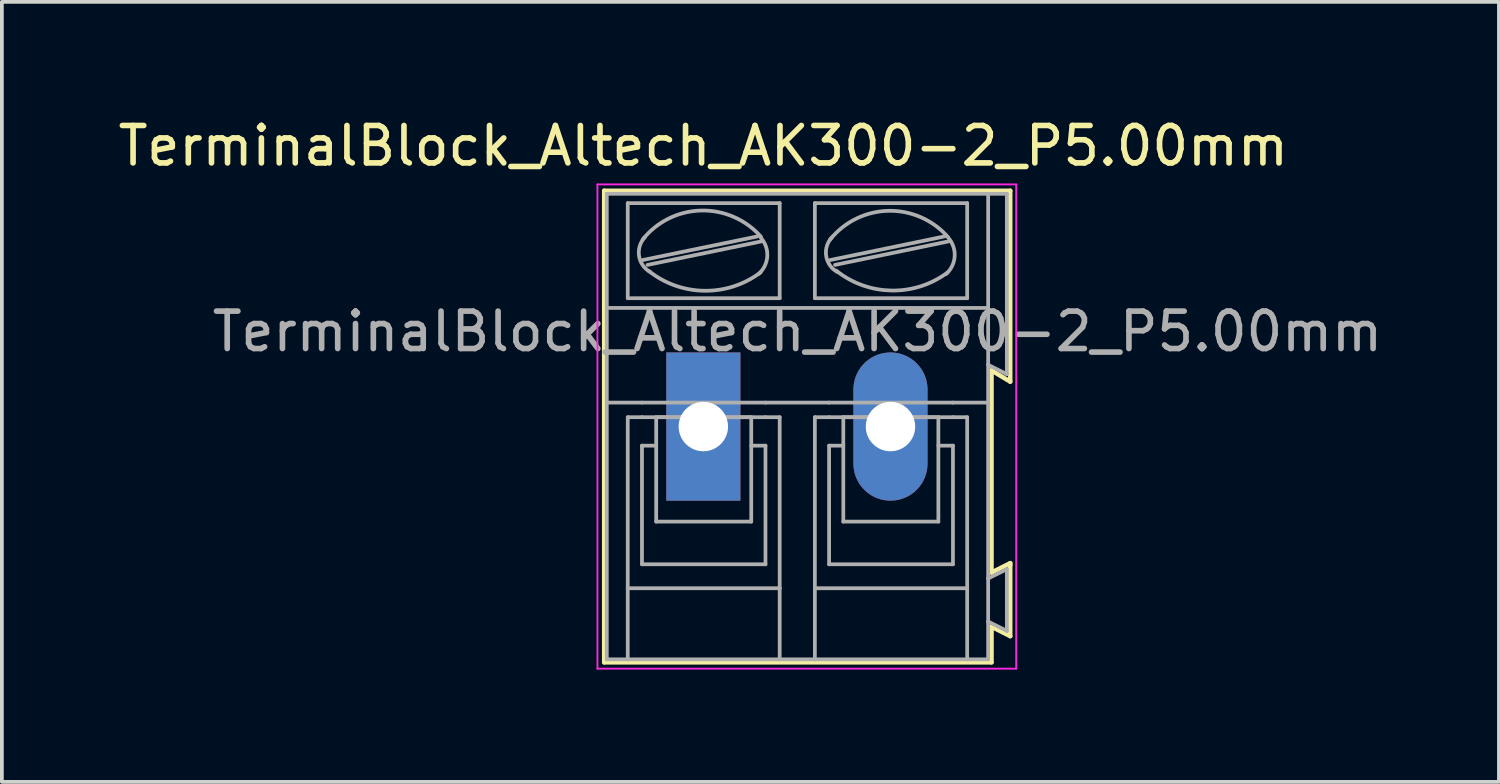
<source format=kicad_pcb>
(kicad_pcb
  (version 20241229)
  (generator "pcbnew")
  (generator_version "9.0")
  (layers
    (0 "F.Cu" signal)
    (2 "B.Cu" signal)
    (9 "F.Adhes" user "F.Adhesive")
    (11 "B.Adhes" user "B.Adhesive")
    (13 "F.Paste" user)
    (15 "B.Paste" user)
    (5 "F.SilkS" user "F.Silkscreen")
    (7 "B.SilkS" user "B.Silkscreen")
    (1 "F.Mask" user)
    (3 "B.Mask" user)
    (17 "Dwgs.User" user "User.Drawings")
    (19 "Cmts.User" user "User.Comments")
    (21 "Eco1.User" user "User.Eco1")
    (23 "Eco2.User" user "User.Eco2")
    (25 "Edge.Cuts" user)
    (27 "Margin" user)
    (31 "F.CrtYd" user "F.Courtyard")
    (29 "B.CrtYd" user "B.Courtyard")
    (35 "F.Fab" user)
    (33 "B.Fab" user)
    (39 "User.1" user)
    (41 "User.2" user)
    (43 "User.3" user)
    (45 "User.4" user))
  (footprint "TerminalBlock_Altech_AK300-2_P5.00mm"
    (layer "F.Cu")
    (at 15.744 8.348)
    (property "Reference" "TerminalBlock_Altech_AK300-2_P5.00mm" (at 0 -7.5 0) (layer "F.SilkS") (effects (font (size 1 1) (thickness 0.15))))
    (attr through_hole)
    (fp_line (start -2.65 -6.3) (end -2.65 6.3) (stroke (width 0.12) (type solid)) (layer "F.SilkS"))
    (fp_line (start -2.65 6.3) (end 7.7 6.3) (stroke (width 0.12) (type solid)) (layer "F.SilkS"))
    (fp_line (start 7.7 -1.5) (end 8.2 -1.2) (stroke (width 0.12) (type solid)) (layer "F.SilkS"))
    (fp_line (start 7.7 3.9) (end 7.7 -1.5) (stroke (width 0.12) (type solid)) (layer "F.SilkS"))
    (fp_line (start 7.7 5.35) (end 8.2 5.6) (stroke (width 0.12) (type solid)) (layer "F.SilkS"))
    (fp_line (start 7.7 6.3) (end 7.7 5.35) (stroke (width 0.12) (type solid)) (layer "F.SilkS"))
    (fp_line (start 8.2 -6.3) (end -2.65 -6.3) (stroke (width 0.12) (type solid)) (layer "F.SilkS"))
    (fp_line (start 8.2 -1.2) (end 8.2 -6.3) (stroke (width 0.12) (type solid)) (layer "F.SilkS"))
    (fp_line (start 8.2 3.65) (end 7.7 3.9) (stroke (width 0.12) (type solid)) (layer "F.SilkS"))
    (fp_line (start 8.2 3.7) (end 8.2 3.65) (stroke (width 0.12) (type solid)) (layer "F.SilkS"))
    (fp_line (start 8.2 5.6) (end 8.2 3.7) (stroke (width 0.12) (type solid)) (layer "F.SilkS"))
    (fp_line (start -2.83 -6.47) (end -2.83 6.47) (stroke (width 0.05) (type solid)) (layer "F.CrtYd"))
    (fp_line (start -2.83 -6.47) (end 8.36 -6.47) (stroke (width 0.05) (type solid)) (layer "F.CrtYd"))
    (fp_line (start 8.36 6.47) (end -2.83 6.47) (stroke (width 0.05) (type solid)) (layer "F.CrtYd"))
    (fp_line (start 8.36 6.47) (end 8.36 -6.47) (stroke (width 0.05) (type solid)) (layer "F.CrtYd"))
    (fp_line (start -2.58 -3.17) (end -2.58 -6.22) (stroke (width 0.1) (type solid)) (layer "F.Fab"))
    (fp_line (start -2.58 -3.17) (end 7.61 -3.17) (stroke (width 0.1) (type solid)) (layer "F.Fab"))
    (fp_line (start -2.58 -0.64) (end -2.58 -3.17) (stroke (width 0.1) (type solid)) (layer "F.Fab"))
    (fp_line (start -2.58 -0.64) (end -1.64 -0.64) (stroke (width 0.1) (type solid)) (layer "F.Fab"))
    (fp_line (start -2.58 6.22) (end -2.58 -0.64) (stroke (width 0.1) (type solid)) (layer "F.Fab"))
    (fp_line (start -2.58 6.22) (end -2.02 6.22) (stroke (width 0.1) (type solid)) (layer "F.Fab"))
    (fp_line (start -2.02 -3.43) (end -2.02 -5.97) (stroke (width 0.1) (type solid)) (layer "F.Fab"))
    (fp_line (start -2.02 -0.25) (end -2.02 4.32) (stroke (width 0.1) (type solid)) (layer "F.Fab"))
    (fp_line (start -2.02 -0.25) (end -1.64 -0.25) (stroke (width 0.1) (type solid)) (layer "F.Fab"))
    (fp_line (start -2.02 4.32) (end -2.02 6.22) (stroke (width 0.1) (type solid)) (layer "F.Fab"))
    (fp_line (start -2.02 6.22) (end 2.04 6.22) (stroke (width 0.1) (type solid)) (layer "F.Fab"))
    (fp_line (start -1.64 -0.64) (end 1.66 -0.64) (stroke (width 0.1) (type solid)) (layer "F.Fab"))
    (fp_line (start -1.64 0.51) (end -1.26 0.51) (stroke (width 0.1) (type solid)) (layer "F.Fab"))
    (fp_line (start -1.64 3.68) (end -1.64 0.51) (stroke (width 0.1) (type solid)) (layer "F.Fab"))
    (fp_line (start -1.62 -4.45) (end 1.44 -5.08) (stroke (width 0.1) (type solid)) (layer "F.Fab"))
    (fp_line (start -1.49 -4.32) (end 1.56 -4.95) (stroke (width 0.1) (type solid)) (layer "F.Fab"))
    (fp_line (start -1.26 -0.25) (end 1.28 -0.25) (stroke (width 0.1) (type solid)) (layer "F.Fab"))
    (fp_line (start -1.26 2.54) (end -1.26 -0.25) (stroke (width 0.1) (type solid)) (layer "F.Fab"))
    (fp_line (start -1.26 2.54) (end 1.28 2.54) (stroke (width 0.1) (type solid)) (layer "F.Fab"))
    (fp_line (start 1.28 2.54) (end 1.28 -0.25) (stroke (width 0.1) (type solid)) (layer "F.Fab"))
    (fp_line (start 1.66 -0.64) (end 3.36 -0.64) (stroke (width 0.1) (type solid)) (layer "F.Fab"))
    (fp_line (start 1.66 -0.25) (end -1.64 -0.25) (stroke (width 0.1) (type solid)) (layer "F.Fab"))
    (fp_line (start 1.66 0.51) (end 1.28 0.51) (stroke (width 0.1) (type solid)) (layer "F.Fab"))
    (fp_line (start 1.66 3.68) (end -1.64 3.68) (stroke (width 0.1) (type solid)) (layer "F.Fab"))
    (fp_line (start 1.66 3.68) (end 1.66 0.51) (stroke (width 0.1) (type solid)) (layer "F.Fab"))
    (fp_line (start 2.04 -5.97) (end -2.02 -5.97) (stroke (width 0.1) (type solid)) (layer "F.Fab"))
    (fp_line (start 2.04 -3.43) (end -2.02 -3.43) (stroke (width 0.1) (type solid)) (layer "F.Fab"))
    (fp_line (start 2.04 -3.43) (end 2.04 -5.97) (stroke (width 0.1) (type solid)) (layer "F.Fab"))
    (fp_line (start 2.04 -0.25) (end 1.66 -0.25) (stroke (width 0.1) (type solid)) (layer "F.Fab"))
    (fp_line (start 2.04 4.32) (end -2.02 4.32) (stroke (width 0.1) (type solid)) (layer "F.Fab"))
    (fp_line (start 2.04 4.32) (end 2.04 -0.25) (stroke (width 0.1) (type solid)) (layer "F.Fab"))
    (fp_line (start 2.04 6.22) (end 2.04 4.32) (stroke (width 0.1) (type solid)) (layer "F.Fab"))
    (fp_line (start 2.04 6.22) (end 2.98 6.22) (stroke (width 0.1) (type solid)) (layer "F.Fab"))
    (fp_line (start 2.98 -5.97) (end 7.05 -5.97) (stroke (width 0.1) (type solid)) (layer "F.Fab"))
    (fp_line (start 2.98 -3.43) (end 2.98 -5.97) (stroke (width 0.1) (type solid)) (layer "F.Fab"))
    (fp_line (start 2.98 -0.25) (end 3.36 -0.25) (stroke (width 0.1) (type solid)) (layer "F.Fab"))
    (fp_line (start 2.98 4.32) (end 2.98 -0.25) (stroke (width 0.1) (type solid)) (layer "F.Fab"))
    (fp_line (start 2.98 4.32) (end 7.05 4.32) (stroke (width 0.1) (type solid)) (layer "F.Fab"))
    (fp_line (start 2.98 6.22) (end 2.98 4.32) (stroke (width 0.1) (type solid)) (layer "F.Fab"))
    (fp_line (start 2.98 6.22) (end 7.05 6.22) (stroke (width 0.1) (type solid)) (layer "F.Fab"))
    (fp_line (start 3.36 -0.25) (end 6.67 -0.25) (stroke (width 0.1) (type solid)) (layer "F.Fab"))
    (fp_line (start 3.36 0.51) (end 3.74 0.51) (stroke (width 0.1) (type solid)) (layer "F.Fab"))
    (fp_line (start 3.36 3.68) (end 3.36 0.51) (stroke (width 0.1) (type solid)) (layer "F.Fab"))
    (fp_line (start 3.39 -4.45) (end 6.44 -5.08) (stroke (width 0.1) (type solid)) (layer "F.Fab"))
    (fp_line (start 3.52 -4.32) (end 6.56 -4.95) (stroke (width 0.1) (type solid)) (layer "F.Fab"))
    (fp_line (start 3.74 -0.25) (end 6.28 -0.25) (stroke (width 0.1) (type solid)) (layer "F.Fab"))
    (fp_line (start 3.74 2.54) (end 3.74 -0.25) (stroke (width 0.1) (type solid)) (layer "F.Fab"))
    (fp_line (start 3.74 2.54) (end 6.28 2.54) (stroke (width 0.1) (type solid)) (layer "F.Fab"))
    (fp_line (start 6.28 2.54) (end 6.28 -0.25) (stroke (width 0.1) (type solid)) (layer "F.Fab"))
    (fp_line (start 6.67 -0.64) (end 3.36 -0.64) (stroke (width 0.1) (type solid)) (layer "F.Fab"))
    (fp_line (start 6.67 0.51) (end 6.28 0.51) (stroke (width 0.1) (type solid)) (layer "F.Fab"))
    (fp_line (start 6.67 3.68) (end 3.36 3.68) (stroke (width 0.1) (type solid)) (layer "F.Fab"))
    (fp_line (start 6.67 3.68) (end 6.67 0.51) (stroke (width 0.1) (type solid)) (layer "F.Fab"))
    (fp_line (start 7.05 -5.97) (end 7.05 -3.43) (stroke (width 0.1) (type solid)) (layer "F.Fab"))
    (fp_line (start 7.05 -3.43) (end 2.98 -3.43) (stroke (width 0.1) (type solid)) (layer "F.Fab"))
    (fp_line (start 7.05 -0.25) (end 6.67 -0.25) (stroke (width 0.1) (type solid)) (layer "F.Fab"))
    (fp_line (start 7.05 -0.25) (end 7.05 4.32) (stroke (width 0.1) (type solid)) (layer "F.Fab"))
    (fp_line (start 7.05 4.32) (end 7.05 6.22) (stroke (width 0.1) (type solid)) (layer "F.Fab"))
    (fp_line (start 7.05 6.22) (end 7.61 6.22) (stroke (width 0.1) (type solid)) (layer "F.Fab"))
    (fp_line (start 7.61 -6.22) (end -2.58 -6.22) (stroke (width 0.1) (type solid)) (layer "F.Fab"))
    (fp_line (start 7.61 -6.22) (end 7.61 -3.17) (stroke (width 0.1) (type solid)) (layer "F.Fab"))
    (fp_line (start 7.61 -6.22) (end 8.11 -6.22) (stroke (width 0.1) (type solid)) (layer "F.Fab"))
    (fp_line (start 7.61 -3.17) (end 7.61 -1.65) (stroke (width 0.1) (type solid)) (layer "F.Fab"))
    (fp_line (start 7.61 -1.65) (end 7.61 -0.64) (stroke (width 0.1) (type solid)) (layer "F.Fab"))
    (fp_line (start 7.61 -0.64) (end 6.67 -0.64) (stroke (width 0.1) (type solid)) (layer "F.Fab"))
    (fp_line (start 7.61 -0.64) (end 7.61 4.06) (stroke (width 0.1) (type solid)) (layer "F.Fab"))
    (fp_line (start 7.61 4.06) (end 7.61 5.21) (stroke (width 0.1) (type solid)) (layer "F.Fab"))
    (fp_line (start 7.61 5.21) (end 7.61 6.22) (stroke (width 0.1) (type solid)) (layer "F.Fab"))
    (fp_line (start 8.11 -6.22) (end 8.11 -1.4) (stroke (width 0.1) (type solid)) (layer "F.Fab"))
    (fp_line (start 8.11 -1.4) (end 7.61 -1.65) (stroke (width 0.1) (type solid)) (layer "F.Fab"))
    (fp_line (start 8.11 3.81) (end 7.61 4.06) (stroke (width 0.1) (type solid)) (layer "F.Fab"))
    (fp_line (start 8.11 3.81) (end 8.11 5.46) (stroke (width 0.1) (type solid)) (layer "F.Fab"))
    (fp_line (start 8.11 5.46) (end 7.61 5.21) (stroke (width 0.1) (type solid)) (layer "F.Fab"))
    (fp_arc (start -1.62 -5) (mid -0.05669 -5.772528) (end 1.539976 -5.071534) (stroke (width 0.1) (type solid)) (layer "F.Fab"))
    (fp_arc (start -1.42 -4.13) (mid -1.718466 -4.559406) (end -1.562972 -5.058699) (stroke (width 0.1) (type solid)) (layer "F.Fab"))
    (fp_arc (start 1.53 -5.05) (mid 1.708693 -4.558754) (end 1.485619 -4.086005) (stroke (width 0.1) (type solid)) (layer "F.Fab"))
    (fp_arc (start 1.53 -4.12) (mid 0.02849 -3.628196) (end -1.459829 -4.158582) (stroke (width 0.1) (type solid)) (layer "F.Fab"))
    (fp_arc (start 3.39 -5) (mid 4.949737 -5.764867) (end 6.538239 -5.061686) (stroke (width 0.1) (type solid)) (layer "F.Fab"))
    (fp_arc (start 3.58 -4.13) (mid 3.281534 -4.559406) (end 3.437028 -5.058699) (stroke (width 0.1) (type solid)) (layer "F.Fab"))
    (fp_arc (start 6.53 -4.12) (mid 5.030583 -3.634318) (end 3.547667 -4.168263) (stroke (width 0.1) (type solid)) (layer "F.Fab"))
    (fp_arc (start 6.54 -5.05) (mid 6.715733 -4.551652) (end 6.485532 -4.076005) (stroke (width 0.1) (type solid)) (layer "F.Fab"))
    (fp_text user "${REFERENCE}" (at 2.515 -2.54 0) (layer "F.Fab") (effects (font (size 1 1) (thickness 0.15))))
    (pad "1" thru_hole rect (at 0 0) (size 1.98 3.96) (drill 1.32) (layers "*.Cu" "*.Mask"))
    (pad "2" thru_hole oval (at 5 0) (size 1.98 3.96) (drill 1.32) (layers "*.Cu" "*.Mask")))
  (gr_rect
    (start -3 -3)
    (end 37.003 17.843)
    (stroke (width 0.1) (type default))
    (fill no)
    (layer "Edge.Cuts")))
</source>
